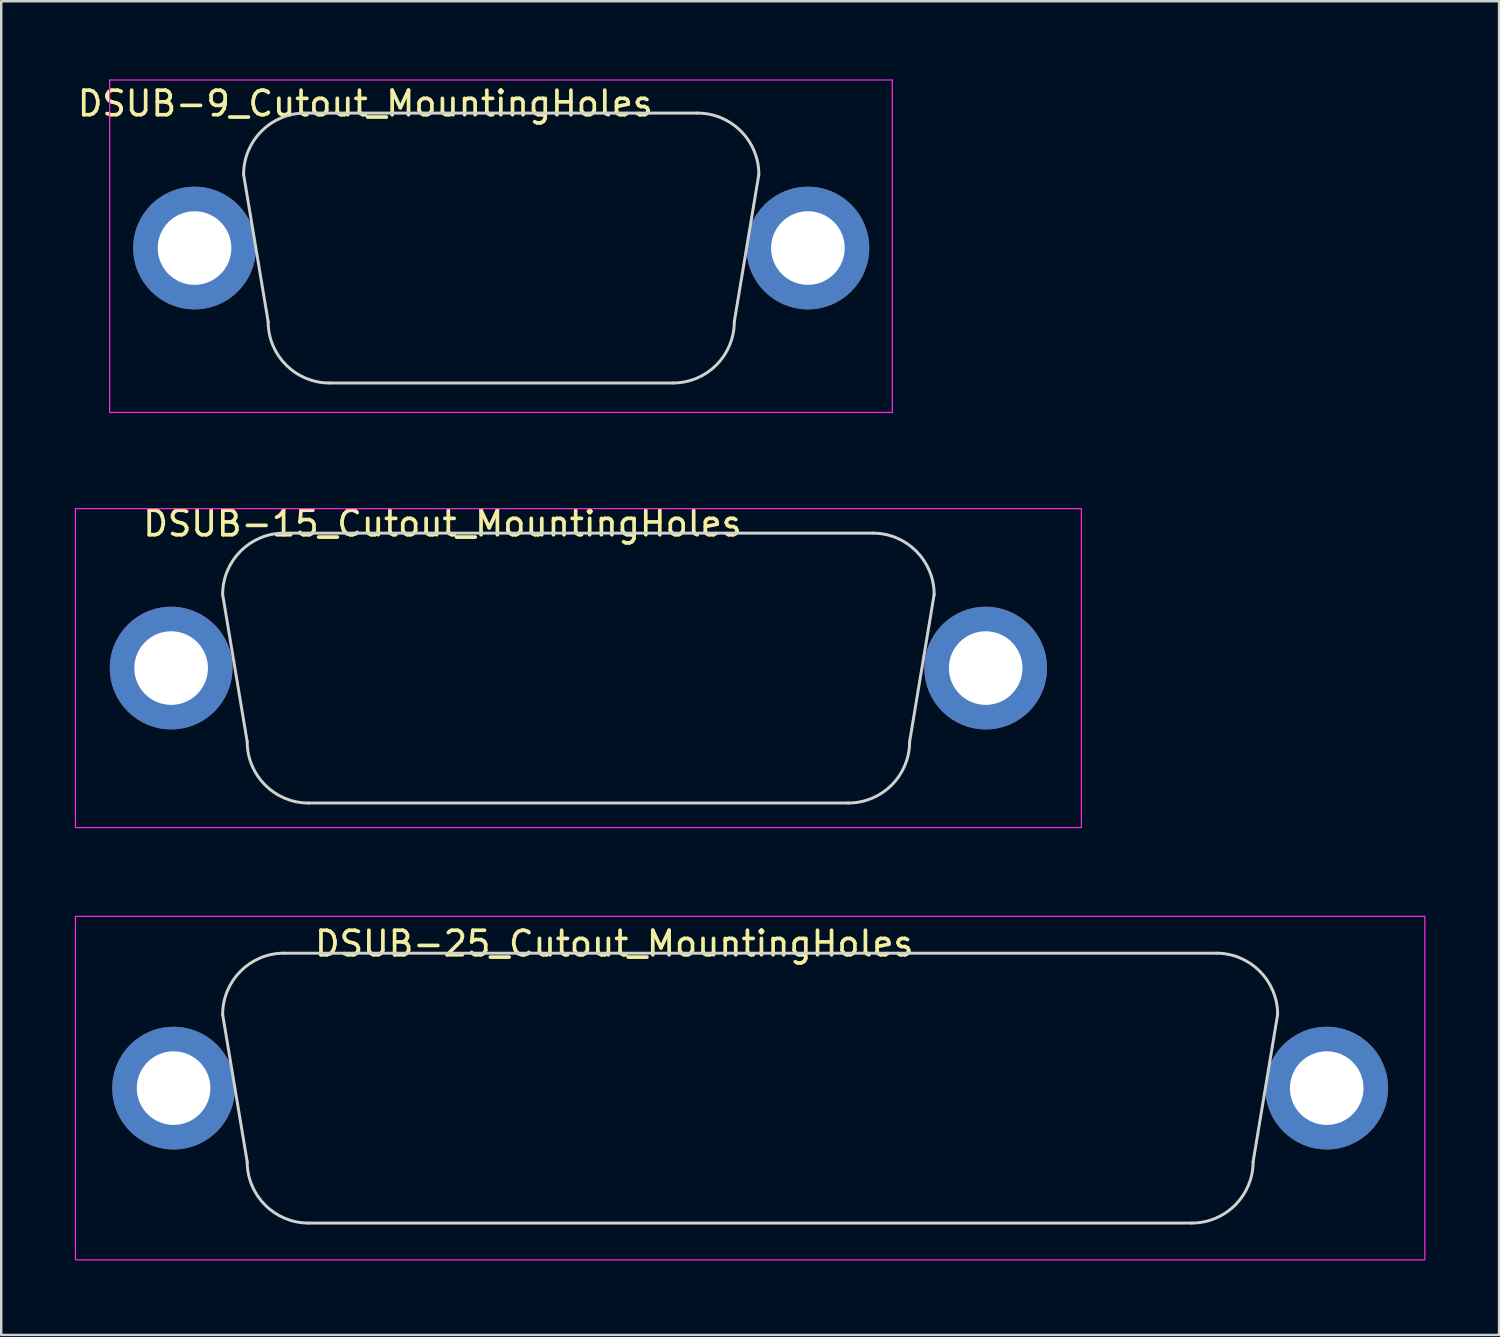
<source format=kicad_pcb>
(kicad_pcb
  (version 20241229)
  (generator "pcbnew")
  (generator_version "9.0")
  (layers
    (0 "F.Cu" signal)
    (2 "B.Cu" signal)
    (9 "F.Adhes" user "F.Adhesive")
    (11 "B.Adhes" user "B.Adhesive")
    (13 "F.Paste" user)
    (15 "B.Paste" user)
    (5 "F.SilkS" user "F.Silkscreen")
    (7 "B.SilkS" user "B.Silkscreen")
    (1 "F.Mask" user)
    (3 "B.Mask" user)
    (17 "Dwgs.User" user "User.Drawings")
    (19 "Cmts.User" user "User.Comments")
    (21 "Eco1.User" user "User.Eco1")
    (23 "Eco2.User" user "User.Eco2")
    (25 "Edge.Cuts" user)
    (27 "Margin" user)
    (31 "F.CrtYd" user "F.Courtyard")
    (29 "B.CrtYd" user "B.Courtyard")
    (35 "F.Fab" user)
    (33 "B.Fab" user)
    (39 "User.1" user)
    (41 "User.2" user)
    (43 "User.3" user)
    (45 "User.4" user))
  (footprint "DSUB-15_Cutout_MountingHoles"
    (layer "F.Cu")
    (at 20.525 24.18)
    (property "Reference" "DSUB-15_Cutout_MountingHoles" (at -5.54 -5.89 0) (layer "F.SilkS") (effects (font (size 1 1) (thickness 0.15))))
    (attr through_hole)
    (fp_line (start -14.5 -3) (end -13.5 3) (stroke (width 0.12) (type solid)) (layer "Edge.Cuts"))
    (fp_line (start -12 -5.5) (end 12 -5.5) (stroke (width 0.12) (type solid)) (layer "Edge.Cuts"))
    (fp_line (start -11 5.5) (end 11 5.5) (stroke (width 0.12) (type solid)) (layer "Edge.Cuts"))
    (fp_line (start 14.5 -3) (end 13.5 3) (stroke (width 0.12) (type solid)) (layer "Edge.Cuts"))
    (fp_arc (start -14.5 -3) (mid -13.767767 -4.767767) (end -12 -5.5) (stroke (width 0.12) (type solid)) (layer "Edge.Cuts"))
    (fp_arc (start -11 5.5) (mid -12.767767 4.767767) (end -13.5 3) (stroke (width 0.12) (type solid)) (layer "Edge.Cuts"))
    (fp_arc (start 12 -5.5) (mid 13.767767 -4.767767) (end 14.5 -3) (stroke (width 0.12) (type solid)) (layer "Edge.Cuts"))
    (fp_arc (start 13.5 3) (mid 12.767767 4.767767) (end 11 5.5) (stroke (width 0.12) (type solid)) (layer "Edge.Cuts"))
    (fp_rect (start -20.5 -6.5) (end 20.5 6.5) (stroke (width 0.05) (type solid)) (fill no) (layer "F.CrtYd"))
    (fp_line (start -16 -5.5) (end 16 -5.5) (stroke (width 0.12) (type solid)) (layer "User.2"))
    (fp_line (start -16 5.5) (end 16 5.5) (stroke (width 0.12) (type solid)) (layer "User.2"))
    (fp_line (start -14.5 -7) (end -14.5 7) (stroke (width 0.12) (type solid)) (layer "User.2"))
    (fp_line (start -12 -3.5) (end -12 -2.5) (stroke (width 0.12) (type solid)) (layer "User.2"))
    (fp_line (start -11.5 -3) (end -12.5 -3) (stroke (width 0.12) (type solid)) (layer "User.2"))
    (fp_line (start -11.5 3) (end -10.5 3) (stroke (width 0.12) (type solid)) (layer "User.2"))
    (fp_line (start -11 2.5) (end -11 3) (stroke (width 0.12) (type solid)) (layer "User.2"))
    (fp_line (start -11 3) (end -11 3.5) (stroke (width 0.12) (type solid)) (layer "User.2"))
    (fp_line (start 10.5 3) (end 11.5 3) (stroke (width 0.12) (type solid)) (layer "User.2"))
    (fp_line (start 11 2.5) (end 11 3.5) (stroke (width 0.12) (type solid)) (layer "User.2"))
    (fp_line (start 11.5 -3) (end 12.5 -3) (stroke (width 0.12) (type solid)) (layer "User.2"))
    (fp_line (start 12 -3.5) (end 12 -2.5) (stroke (width 0.12) (type solid)) (layer "User.2"))
    (fp_line (start 14.5 -7) (end 14.5 7) (stroke (width 0.12) (type solid)) (layer "User.2"))
    (pad "0" thru_hole circle (at -16.6 0) (size 5 5) (drill 3) (layers "*.Cu" "*.Mask"))
    (pad "0" thru_hole circle (at 16.6 0) (size 5 5) (drill 3) (layers "*.Cu" "*.Mask")))
  (footprint "DSUB-25_Cutout_MountingHoles"
    (layer "F.Cu")
    (at 27.525 41.3)
    (property "Reference" "DSUB-25_Cutout_MountingHoles" (at -5.54 -5.89 0) (layer "F.SilkS") (effects (font (size 1 1) (thickness 0.15))))
    (attr through_hole)
    (fp_line (start -21.5 -3) (end -20.5 3) (stroke (width 0.12) (type solid)) (layer "Edge.Cuts"))
    (fp_line (start -18 5.5) (end 18 5.5) (stroke (width 0.12) (type solid)) (layer "Edge.Cuts"))
    (fp_line (start 19 -5.5) (end -19 -5.5) (stroke (width 0.12) (type solid)) (layer "Edge.Cuts"))
    (fp_line (start 21.5 -3) (end 20.5 3) (stroke (width 0.12) (type solid)) (layer "Edge.Cuts"))
    (fp_arc (start -21.5 -3) (mid -20.767767 -4.767767) (end -19 -5.5) (stroke (width 0.12) (type solid)) (layer "Edge.Cuts"))
    (fp_arc (start -18 5.5) (mid -19.767767 4.767767) (end -20.5 3) (stroke (width 0.12) (type solid)) (layer "Edge.Cuts"))
    (fp_arc (start 19 -5.5) (mid 20.767767 -4.767767) (end 21.5 -3) (stroke (width 0.12) (type solid)) (layer "Edge.Cuts"))
    (fp_arc (start 20.5 3) (mid 19.767767 4.767767) (end 18 5.5) (stroke (width 0.12) (type solid)) (layer "Edge.Cuts"))
    (fp_rect (start -27.5 -7) (end 27.5 7) (stroke (width 0.05) (type solid)) (fill no) (layer "F.CrtYd"))
    (fp_line (start -21.5 -7) (end -21.5 7) (stroke (width 0.12) (type solid)) (layer "User.2"))
    (fp_line (start -19 -3.5) (end -19 -2.5) (stroke (width 0.12) (type solid)) (layer "User.2"))
    (fp_line (start -18.5 -3) (end -19.5 -3) (stroke (width 0.12) (type solid)) (layer "User.2"))
    (fp_line (start -18.5 3) (end -17.5 3) (stroke (width 0.12) (type solid)) (layer "User.2"))
    (fp_line (start -18 2.5) (end -18 3) (stroke (width 0.12) (type solid)) (layer "User.2"))
    (fp_line (start -18 3) (end -18 3.5) (stroke (width 0.12) (type solid)) (layer "User.2"))
    (fp_line (start -16 -5.5) (end 16 -5.5) (stroke (width 0.12) (type solid)) (layer "User.2"))
    (fp_line (start -16 5.5) (end 16 5.5) (stroke (width 0.12) (type solid)) (layer "User.2"))
    (fp_line (start 17.5 3) (end 18.5 3) (stroke (width 0.12) (type solid)) (layer "User.2"))
    (fp_line (start 18 2.5) (end 18 3.5) (stroke (width 0.12) (type solid)) (layer "User.2"))
    (fp_line (start 18.5 -3) (end 19.5 -3) (stroke (width 0.12) (type solid)) (layer "User.2"))
    (fp_line (start 19 -3.5) (end 19 -2.5) (stroke (width 0.12) (type solid)) (layer "User.2"))
    (fp_line (start 21.5 -7) (end 21.5 7) (stroke (width 0.12) (type solid)) (layer "User.2"))
    (pad "0" thru_hole circle (at -23.5 0) (size 5 5) (drill 3) (layers "*.Cu" "*.Mask"))
    (pad "0" thru_hole circle (at 23.5 0) (size 5 5) (drill 3) (layers "*.Cu" "*.Mask")))
  (footprint "DSUB-9_Cutout_MountingHoles"
    (layer "F.Cu")
    (at 17.379 7.06)
    (property "Reference" "DSUB-9_Cutout_MountingHoles" (at -5.54 -5.89 0) (layer "F.SilkS") (effects (font (size 1 1) (thickness 0.15))))
    (attr through_hole)
    (fp_line (start -10.5 -3) (end -9.5 3) (stroke (width 0.12) (type solid)) (layer "Edge.Cuts"))
    (fp_line (start -8 -5.5) (end 8 -5.5) (stroke (width 0.12) (type solid)) (layer "Edge.Cuts"))
    (fp_line (start -7 5.5) (end 7 5.5) (stroke (width 0.12) (type solid)) (layer "Edge.Cuts"))
    (fp_line (start 10.5 -3) (end 9.5 3) (stroke (width 0.12) (type solid)) (layer "Edge.Cuts"))
    (fp_arc (start -10.5 -3) (mid -9.767767 -4.767767) (end -8 -5.5) (stroke (width 0.12) (type solid)) (layer "Edge.Cuts"))
    (fp_arc (start -7 5.5) (mid -8.767767 4.767767) (end -9.5 3) (stroke (width 0.12) (type solid)) (layer "Edge.Cuts"))
    (fp_arc (start 8 -5.5) (mid 9.767767 -4.767767) (end 10.5 -3) (stroke (width 0.12) (type solid)) (layer "Edge.Cuts"))
    (fp_arc (start 9.5 3) (mid 8.767767 4.767767) (end 7 5.5) (stroke (width 0.12) (type solid)) (layer "Edge.Cuts"))
    (fp_line (start -15.96 -6.85) (end -15.96 6.7) (stroke (width 0.05) (type solid)) (layer "F.CrtYd"))
    (fp_line (start -15.96 6.7) (end 15.94 6.7) (stroke (width 0.05) (type solid)) (layer "F.CrtYd"))
    (fp_line (start 15.94 -6.85) (end -15.96 -6.85) (stroke (width 0.05) (type solid)) (layer "F.CrtYd"))
    (fp_line (start 15.94 6.7) (end 15.94 -6.85) (stroke (width 0.05) (type solid)) (layer "F.CrtYd"))
    (fp_line (start -16 -5.5) (end 16 -5.5) (stroke (width 0.12) (type solid)) (layer "User.2"))
    (fp_line (start -16 5.5) (end 16 5.5) (stroke (width 0.12) (type solid)) (layer "User.2"))
    (fp_line (start -10.5 -7) (end -10.5 7) (stroke (width 0.12) (type solid)) (layer "User.2"))
    (fp_line (start -8 -3.5) (end -8 -2.5) (stroke (width 0.12) (type solid)) (layer "User.2"))
    (fp_line (start -7.5 -3) (end -8.5 -3) (stroke (width 0.12) (type solid)) (layer "User.2"))
    (fp_line (start -7.5 3) (end -6.5 3) (stroke (width 0.12) (type solid)) (layer "User.2"))
    (fp_line (start -7 2.5) (end -7 3) (stroke (width 0.12) (type solid)) (layer "User.2"))
    (fp_line (start -7 3) (end -7 3.5) (stroke (width 0.12) (type solid)) (layer "User.2"))
    (fp_line (start 6.5 3) (end 7.5 3) (stroke (width 0.12) (type solid)) (layer "User.2"))
    (fp_line (start 7 2.5) (end 7 3.5) (stroke (width 0.12) (type solid)) (layer "User.2"))
    (fp_line (start 7.5 -3) (end 8.5 -3) (stroke (width 0.12) (type solid)) (layer "User.2"))
    (fp_line (start 8 -3.5) (end 8 -2.5) (stroke (width 0.12) (type solid)) (layer "User.2"))
    (fp_line (start 10.5 -7) (end 10.5 7) (stroke (width 0.12) (type solid)) (layer "User.2"))
    (pad "0" thru_hole circle (at -12.5 0) (size 5 5) (drill 3) (layers "*.Cu" "*.Mask"))
    (pad "0" thru_hole circle (at 12.5 0) (size 5 5) (drill 3) (layers "*.Cu" "*.Mask")))
  (gr_rect
    (start -3 -3)
    (end 58.05 51.36)
    (stroke (width 0.1) (type default))
    (fill no)
    (layer "Edge.Cuts")))
</source>
